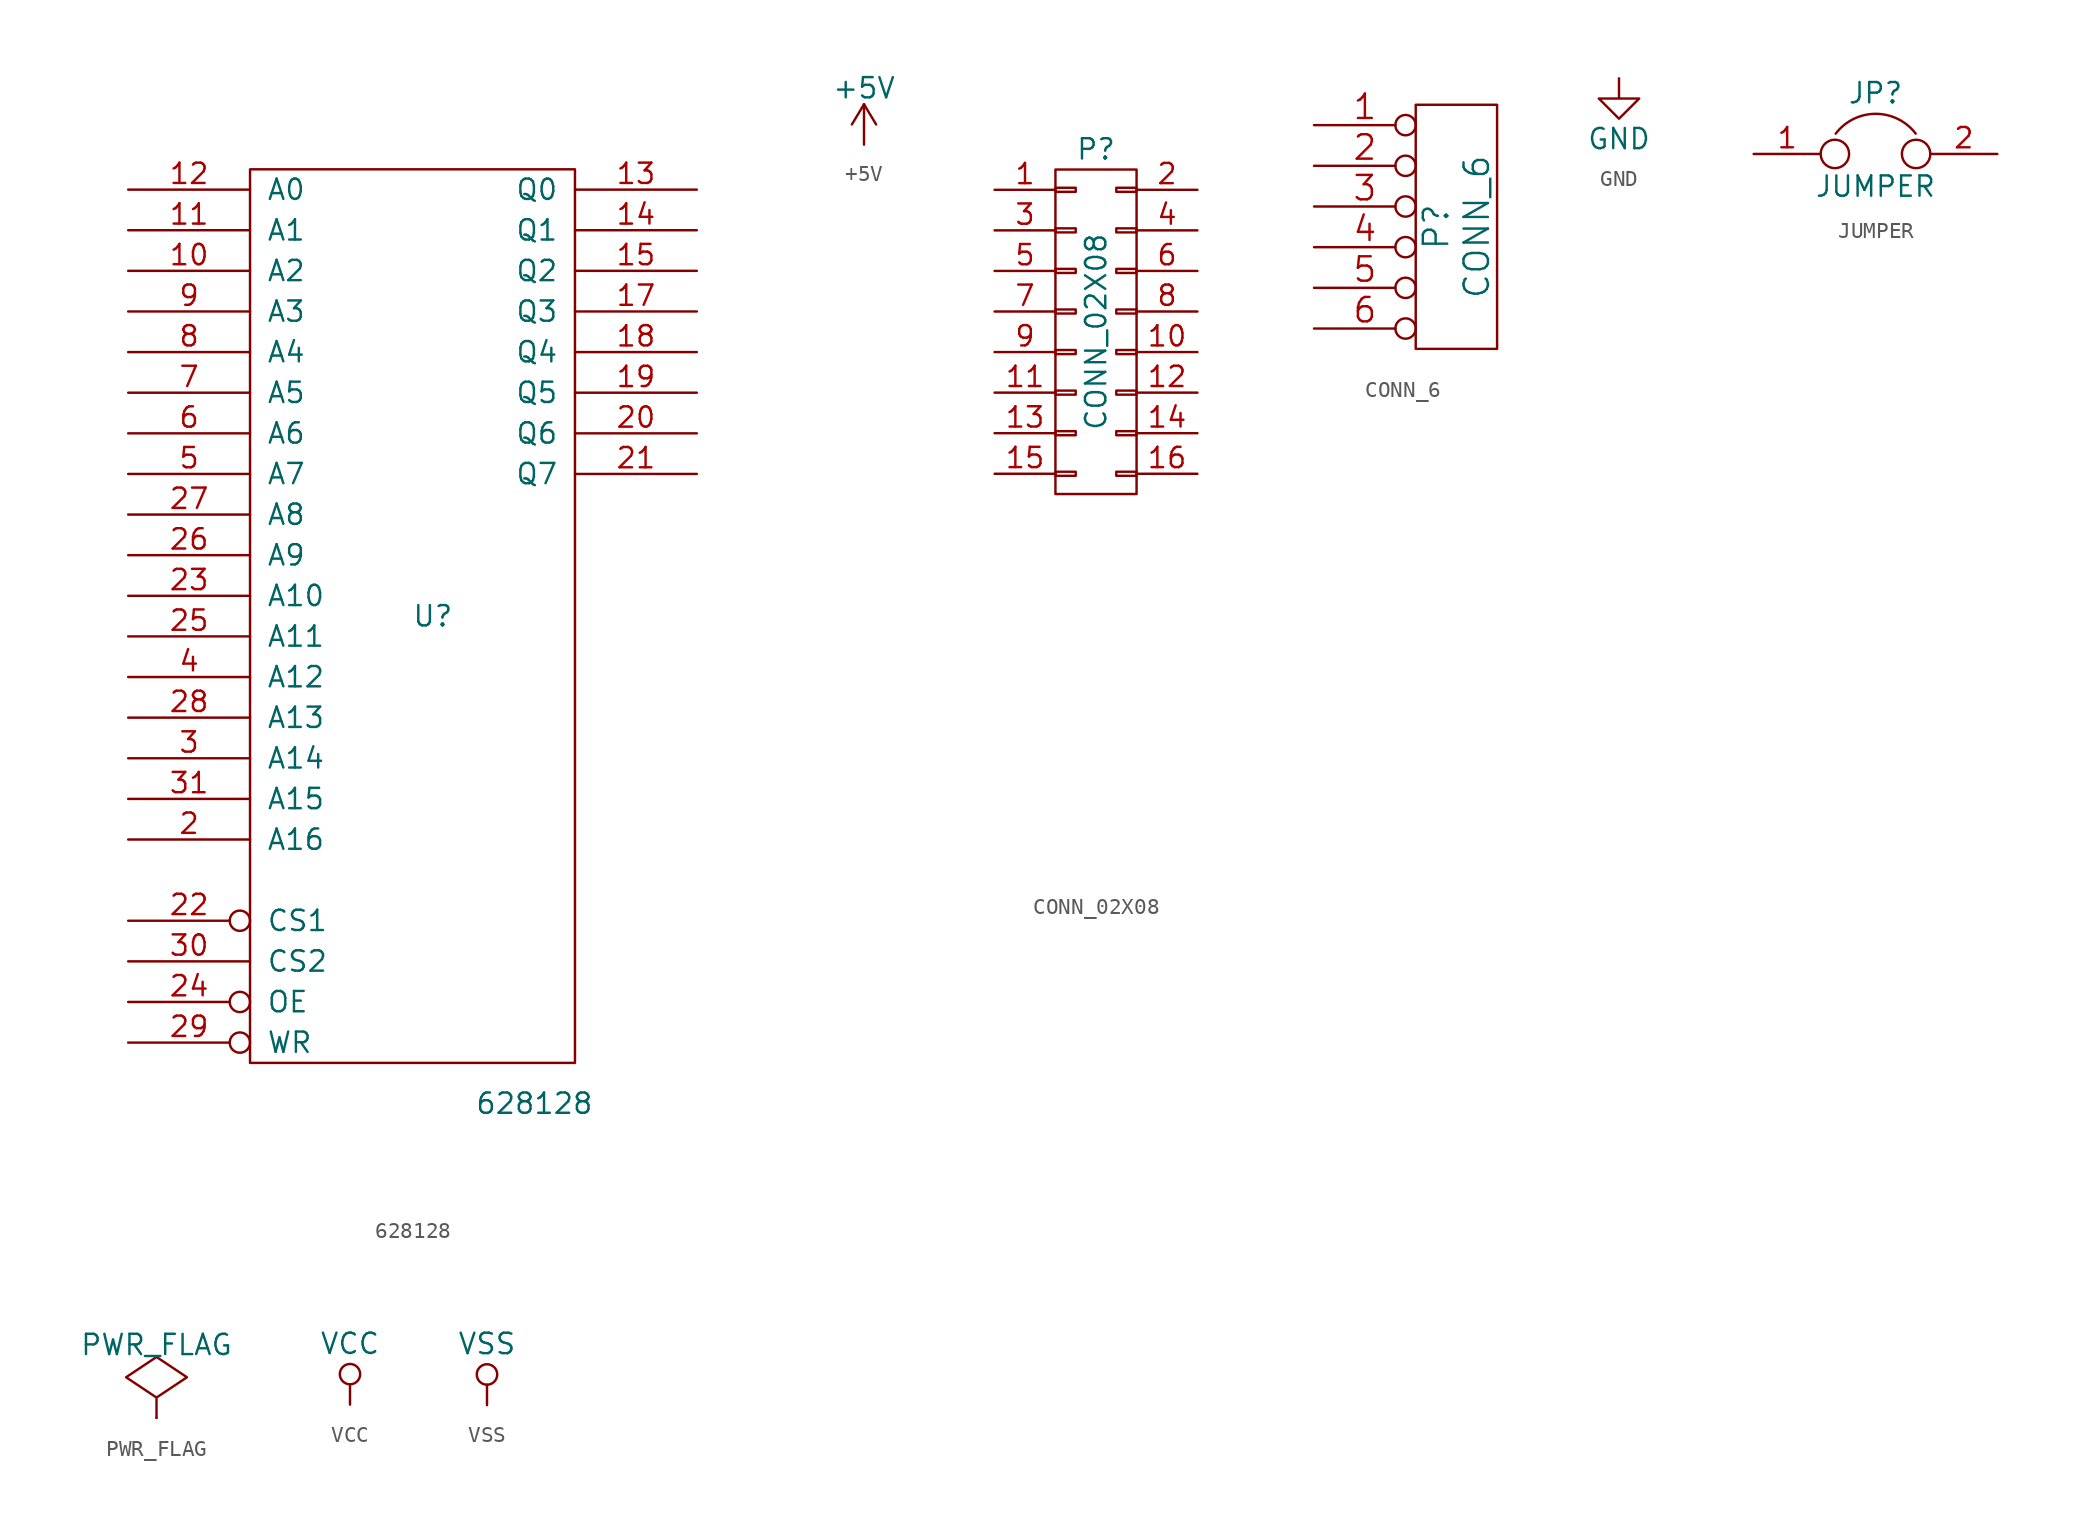
<source format=kicad_sym>
(kicad_symbol_lib
  (version 20220914)
  (generator kicad_symbol_editor)
  (symbol "628128"
    (pin_names
      (offset 1.016))
    (property "Reference" "U"
      (at 1.27 0 0)
      (effects (font (size 1.27 1.27))))
    (property "Value" "628128"
      (at 7.62 -30.48 0)
      (effects (font (size 1.27 1.27))))
    (property "Footprint" ""
      (at 0 0 0)
      (effects (font (size 1.27 1.27))))
    (property "Datasheet" ""
      (at 0 0 0)
      (effects (font (size 1.27 1.27))))
    (symbol "628128_0_0"
      (pin power_in line (at 0 -27.94 90) (length 0) hide (name "GND" (effects (font (size 1.27 1.27)))) (number "16" (effects (font (size 1.27 1.27)))))
      (pin power_in line (at 0 27.94 270) (length 0) hide (name "VCC" (effects (font (size 1.27 1.27)))) (number "32" (effects (font (size 1.27 1.27))))))
    (symbol "628128_0_1"
      (rectangle (start -10.16 27.94) (end 10.16 -27.94) (stroke (width 0) (type solid)) (fill (type none))))
    (symbol "628128_1_1"
      (pin input line (at -17.78 21.59 0) (length 7.62) (name "A2" (effects (font (size 1.27 1.27)))) (number "10" (effects (font (size 1.27 1.27)))))
      (pin input line (at -17.78 24.13 0) (length 7.62) (name "A1" (effects (font (size 1.27 1.27)))) (number "11" (effects (font (size 1.27 1.27)))))
      (pin input line (at -17.78 26.67 0) (length 7.62) (name "A0" (effects (font (size 1.27 1.27)))) (number "12" (effects (font (size 1.27 1.27)))))
      (pin tri_state line (at 17.78 26.67 180) (length 7.62) (name "Q0" (effects (font (size 1.27 1.27)))) (number "13" (effects (font (size 1.27 1.27)))))
      (pin tri_state line (at 17.78 24.13 180) (length 7.62) (name "Q1" (effects (font (size 1.27 1.27)))) (number "14" (effects (font (size 1.27 1.27)))))
      (pin tri_state line (at 17.78 21.59 180) (length 7.62) (name "Q2" (effects (font (size 1.27 1.27)))) (number "15" (effects (font (size 1.27 1.27)))))
      (pin tri_state line (at 17.78 19.05 180) (length 7.62) (name "Q3" (effects (font (size 1.27 1.27)))) (number "17" (effects (font (size 1.27 1.27)))))
      (pin tri_state line (at 17.78 16.51 180) (length 7.62) (name "Q4" (effects (font (size 1.27 1.27)))) (number "18" (effects (font (size 1.27 1.27)))))
      (pin tri_state line (at 17.78 13.97 180) (length 7.62) (name "Q5" (effects (font (size 1.27 1.27)))) (number "19" (effects (font (size 1.27 1.27)))))
      (pin input line (at -17.78 -13.97 0) (length 7.62) (name "A16" (effects (font (size 1.27 1.27)))) (number "2" (effects (font (size 1.27 1.27)))))
      (pin tri_state line (at 17.78 11.43 180) (length 7.62) (name "Q6" (effects (font (size 1.27 1.27)))) (number "20" (effects (font (size 1.27 1.27)))))
      (pin tri_state line (at 17.78 8.89 180) (length 7.62) (name "Q7" (effects (font (size 1.27 1.27)))) (number "21" (effects (font (size 1.27 1.27)))))
      (pin input inverted (at -17.78 -19.05 0) (length 7.62) (name "CS1" (effects (font (size 1.27 1.27)))) (number "22" (effects (font (size 1.27 1.27)))))
      (pin input line (at -17.78 1.27 0) (length 7.62) (name "A10" (effects (font (size 1.27 1.27)))) (number "23" (effects (font (size 1.27 1.27)))))
      (pin input inverted (at -17.78 -24.13 0) (length 7.62) (name "OE" (effects (font (size 1.27 1.27)))) (number "24" (effects (font (size 1.27 1.27)))))
      (pin input line (at -17.78 -1.27 0) (length 7.62) (name "A11" (effects (font (size 1.27 1.27)))) (number "25" (effects (font (size 1.27 1.27)))))
      (pin input line (at -17.78 3.81 0) (length 7.62) (name "A9" (effects (font (size 1.27 1.27)))) (number "26" (effects (font (size 1.27 1.27)))))
      (pin input line (at -17.78 6.35 0) (length 7.62) (name "A8" (effects (font (size 1.27 1.27)))) (number "27" (effects (font (size 1.27 1.27)))))
      (pin input line (at -17.78 -6.35 0) (length 7.62) (name "A13" (effects (font (size 1.27 1.27)))) (number "28" (effects (font (size 1.27 1.27)))))
      (pin input inverted (at -17.78 -26.67 0) (length 7.62) (name "WR" (effects (font (size 1.27 1.27)))) (number "29" (effects (font (size 1.27 1.27)))))
      (pin input line (at -17.78 -8.89 0) (length 7.62) (name "A14" (effects (font (size 1.27 1.27)))) (number "3" (effects (font (size 1.27 1.27)))))
      (pin input line (at -17.78 -21.59 0) (length 7.62) (name "CS2" (effects (font (size 1.27 1.27)))) (number "30" (effects (font (size 1.27 1.27)))))
      (pin input line (at -17.78 -11.43 0) (length 7.62) (name "A15" (effects (font (size 1.27 1.27)))) (number "31" (effects (font (size 1.27 1.27)))))
      (pin input line (at -17.78 -3.81 0) (length 7.62) (name "A12" (effects (font (size 1.27 1.27)))) (number "4" (effects (font (size 1.27 1.27)))))
      (pin input line (at -17.78 8.89 0) (length 7.62) (name "A7" (effects (font (size 1.27 1.27)))) (number "5" (effects (font (size 1.27 1.27)))))
      (pin input line (at -17.78 11.43 0) (length 7.62) (name "A6" (effects (font (size 1.27 1.27)))) (number "6" (effects (font (size 1.27 1.27)))))
      (pin input line (at -17.78 13.97 0) (length 7.62) (name "A5" (effects (font (size 1.27 1.27)))) (number "7" (effects (font (size 1.27 1.27)))))
      (pin input line (at -17.78 16.51 0) (length 7.62) (name "A4" (effects (font (size 1.27 1.27)))) (number "8" (effects (font (size 1.27 1.27)))))
      (pin input line (at -17.78 19.05 0) (length 7.62) (name "A3" (effects (font (size 1.27 1.27)))) (number "9" (effects (font (size 1.27 1.27)))))))
  (symbol "+5V"
    (power)
    (pin_names
      (offset 0))
    (property "Reference" "#PWR"
      (at 0 -3.81 0)
      (effects (font (size 1.27 1.27)) hide))
    (property "Value" "+5V"
      (at 0 3.556 0)
      (effects (font (size 1.27 1.27))))
    (property "Footprint" ""
      (at 0 0 0)
      (effects (font (size 1.27 1.27))))
    (property "Datasheet" ""
      (at 0 0 0)
      (effects (font (size 1.27 1.27))))
    (symbol "+5V_0_1"
      (polyline (pts (xy -0.762 1.27) (xy 0 2.54)) (stroke (width 0) (type solid)) (fill (type none)))
      (polyline (pts (xy 0 0) (xy 0 2.54)) (stroke (width 0) (type solid)) (fill (type none)))
      (polyline (pts (xy 0 2.54) (xy 0.762 1.27)) (stroke (width 0) (type solid)) (fill (type none))))
    (symbol "+5V_1_1"
      (pin power_in line (at 0 0 90) (length 0) hide (name "+5V" (effects (font (size 1.27 1.27)))) (number "1" (effects (font (size 1.27 1.27)))))))
  (symbol "CONN_02X08"
    (pin_names
      (offset 0.025) hide)
    (property "Reference" "P"
      (at 0 11.43 0)
      (effects (font (size 1.27 1.27))))
    (property "Value" "CONN_02X08"
      (at 0 0 90)
      (effects (font (size 1.27 1.27))))
    (property "Footprint" ""
      (at 0 -30.48 0)
      (effects (font (size 1.27 1.27))))
    (property "Datasheet" ""
      (at 0 -30.48 0)
      (effects (font (size 1.27 1.27))))
    (symbol "CONN_02X08_0_1"
      (rectangle (start -2.54 -8.763) (end -1.27 -9.017) (stroke (width 0) (type solid)) (fill (type none)))
      (rectangle (start -2.54 -6.223) (end -1.27 -6.477) (stroke (width 0) (type solid)) (fill (type none)))
      (rectangle (start -2.54 -3.683) (end -1.27 -3.937) (stroke (width 0) (type solid)) (fill (type none)))
      (rectangle (start -2.54 -1.143) (end -1.27 -1.397) (stroke (width 0) (type solid)) (fill (type none)))
      (rectangle (start -2.54 1.397) (end -1.27 1.143) (stroke (width 0) (type solid)) (fill (type none)))
      (rectangle (start -2.54 3.937) (end -1.27 3.683) (stroke (width 0) (type solid)) (fill (type none)))
      (rectangle (start -2.54 6.477) (end -1.27 6.223) (stroke (width 0) (type solid)) (fill (type none)))
      (rectangle (start -2.54 9.017) (end -1.27 8.763) (stroke (width 0) (type solid)) (fill (type none)))
      (rectangle (start -2.54 10.16) (end 2.54 -10.16) (stroke (width 0) (type solid)) (fill (type none)))
      (rectangle (start 1.27 -8.763) (end 2.54 -9.017) (stroke (width 0) (type solid)) (fill (type none)))
      (rectangle (start 1.27 -6.223) (end 2.54 -6.477) (stroke (width 0) (type solid)) (fill (type none)))
      (rectangle (start 1.27 -3.683) (end 2.54 -3.937) (stroke (width 0) (type solid)) (fill (type none)))
      (rectangle (start 1.27 -1.143) (end 2.54 -1.397) (stroke (width 0) (type solid)) (fill (type none)))
      (rectangle (start 1.27 1.397) (end 2.54 1.143) (stroke (width 0) (type solid)) (fill (type none)))
      (rectangle (start 1.27 3.937) (end 2.54 3.683) (stroke (width 0) (type solid)) (fill (type none)))
      (rectangle (start 1.27 6.477) (end 2.54 6.223) (stroke (width 0) (type solid)) (fill (type none)))
      (rectangle (start 1.27 9.017) (end 2.54 8.763) (stroke (width 0) (type solid)) (fill (type none))))
    (symbol "CONN_02X08_1_1"
      (pin passive line (at -6.35 8.89 0) (length 3.81) (name "P1" (effects (font (size 1.27 1.27)))) (number "1" (effects (font (size 1.27 1.27)))))
      (pin passive line (at 6.35 -1.27 180) (length 3.81) (name "P10" (effects (font (size 1.27 1.27)))) (number "10" (effects (font (size 1.27 1.27)))))
      (pin passive line (at -6.35 -3.81 0) (length 3.81) (name "P11" (effects (font (size 1.27 1.27)))) (number "11" (effects (font (size 1.27 1.27)))))
      (pin passive line (at 6.35 -3.81 180) (length 3.81) (name "P12" (effects (font (size 1.27 1.27)))) (number "12" (effects (font (size 1.27 1.27)))))
      (pin passive line (at -6.35 -6.35 0) (length 3.81) (name "P13" (effects (font (size 1.27 1.27)))) (number "13" (effects (font (size 1.27 1.27)))))
      (pin passive line (at 6.35 -6.35 180) (length 3.81) (name "P14" (effects (font (size 1.27 1.27)))) (number "14" (effects (font (size 1.27 1.27)))))
      (pin passive line (at -6.35 -8.89 0) (length 3.81) (name "P15" (effects (font (size 1.27 1.27)))) (number "15" (effects (font (size 1.27 1.27)))))
      (pin passive line (at 6.35 -8.89 180) (length 3.81) (name "P16" (effects (font (size 1.27 1.27)))) (number "16" (effects (font (size 1.27 1.27)))))
      (pin passive line (at 6.35 8.89 180) (length 3.81) (name "P2" (effects (font (size 1.27 1.27)))) (number "2" (effects (font (size 1.27 1.27)))))
      (pin passive line (at -6.35 6.35 0) (length 3.81) (name "P3" (effects (font (size 1.27 1.27)))) (number "3" (effects (font (size 1.27 1.27)))))
      (pin passive line (at 6.35 6.35 180) (length 3.81) (name "P4" (effects (font (size 1.27 1.27)))) (number "4" (effects (font (size 1.27 1.27)))))
      (pin passive line (at -6.35 3.81 0) (length 3.81) (name "P5" (effects (font (size 1.27 1.27)))) (number "5" (effects (font (size 1.27 1.27)))))
      (pin passive line (at 6.35 3.81 180) (length 3.81) (name "P6" (effects (font (size 1.27 1.27)))) (number "6" (effects (font (size 1.27 1.27)))))
      (pin passive line (at -6.35 1.27 0) (length 3.81) (name "P7" (effects (font (size 1.27 1.27)))) (number "7" (effects (font (size 1.27 1.27)))))
      (pin passive line (at 6.35 1.27 180) (length 3.81) (name "P8" (effects (font (size 1.27 1.27)))) (number "8" (effects (font (size 1.27 1.27)))))
      (pin passive line (at -6.35 -1.27 0) (length 3.81) (name "P9" (effects (font (size 1.27 1.27)))) (number "9" (effects (font (size 1.27 1.27)))))))
  (symbol "CONN_6"
    (pin_names
      (offset 0.762) hide)
    (property "Reference" "P"
      (at -1.27 0 90)
      (effects (font (size 1.524 1.524))))
    (property "Value" "CONN_6"
      (at 1.27 0 90)
      (effects (font (size 1.524 1.524))))
    (property "Footprint" ""
      (at 0 0 0)
      (effects (font (size 1.524 1.524))))
    (property "Datasheet" ""
      (at 0 0 0)
      (effects (font (size 1.524 1.524))))
    (symbol "CONN_6_0_1"
      (rectangle (start -2.54 7.62) (end 2.54 -7.62) (stroke (width 0) (type solid)) (fill (type none))))
    (symbol "CONN_6_1_1"
      (pin passive inverted (at -8.89 6.35 0) (length 6.35) (name "1" (effects (font (size 1.524 1.524)))) (number "1" (effects (font (size 1.524 1.524)))))
      (pin passive inverted (at -8.89 3.81 0) (length 6.35) (name "2" (effects (font (size 1.524 1.524)))) (number "2" (effects (font (size 1.524 1.524)))))
      (pin passive inverted (at -8.89 1.27 0) (length 6.35) (name "3" (effects (font (size 1.524 1.524)))) (number "3" (effects (font (size 1.524 1.524)))))
      (pin passive inverted (at -8.89 -1.27 0) (length 6.35) (name "4" (effects (font (size 1.524 1.524)))) (number "4" (effects (font (size 1.524 1.524)))))
      (pin passive inverted (at -8.89 -3.81 0) (length 6.35) (name "5" (effects (font (size 1.524 1.524)))) (number "5" (effects (font (size 1.524 1.524)))))
      (pin passive inverted (at -8.89 -6.35 0) (length 6.35) (name "6" (effects (font (size 1.524 1.524)))) (number "6" (effects (font (size 1.524 1.524)))))))
  (symbol "GND"
    (power)
    (pin_names
      (offset 0))
    (property "Reference" "#PWR"
      (at 0 -6.35 0)
      (effects (font (size 1.27 1.27)) hide))
    (property "Value" "GND"
      (at 0 -3.81 0)
      (effects (font (size 1.27 1.27))))
    (property "Footprint" ""
      (at 0 0 0)
      (effects (font (size 1.27 1.27))))
    (property "Datasheet" ""
      (at 0 0 0)
      (effects (font (size 1.27 1.27))))
    (symbol "GND_0_1"
      (polyline (pts (xy 0 0) (xy 0 -1.27) (xy 1.27 -1.27) (xy 0 -2.54) (xy -1.27 -1.27) (xy 0 -1.27)) (stroke (width 0) (type solid)) (fill (type none))))
    (symbol "GND_1_1"
      (pin power_in line (at 0 0 270) (length 0) hide (name "GND" (effects (font (size 1.27 1.27)))) (number "1" (effects (font (size 1.27 1.27)))))))
  (symbol "JUMPER"
    (pin_names
      (offset 0.762) hide)
    (property "Reference" "JP"
      (at 0 3.81 0)
      (effects (font (size 1.27 1.27))))
    (property "Value" "JUMPER"
      (at 0 -2.032 0)
      (effects (font (size 1.27 1.27))))
    (property "Footprint" ""
      (at 0 0 0)
      (effects (font (size 1.27 1.27))))
    (property "Datasheet" ""
      (at 0 0 0)
      (effects (font (size 1.27 1.27))))
    (symbol "JUMPER_0_1"
      (circle (center -2.54 0) (radius 0.889) (stroke (width 0) (type solid)) (fill (type none)))
      (arc (start 2.5146 1.27) (mid 0.0078 2.5097) (end -2.4892 1.27) (stroke (width 0) (type solid)) (fill (type none)))
      (circle (center 2.54 0) (radius 0.889) (stroke (width 0) (type solid)) (fill (type none)))
      (pin passive line (at -7.62 0 0) (length 4.191) (name "1" (effects (font (size 1.27 1.27)))) (number "1" (effects (font (size 1.27 1.27)))))
      (pin passive line (at 7.62 0 180) (length 4.191) (name "2" (effects (font (size 1.27 1.27)))) (number "2" (effects (font (size 1.27 1.27)))))))
  (symbol "PWR_FLAG"
    (power)
    (pin_numbers hide)
    (pin_names
      (offset 0) hide)
    (property "Reference" "#FLG"
      (at 0 2.413 0)
      (effects (font (size 1.27 1.27)) hide))
    (property "Value" "PWR_FLAG"
      (at 0 4.572 0)
      (effects (font (size 1.27 1.27))))
    (property "Footprint" ""
      (at 0 0 0)
      (effects (font (size 1.27 1.27))))
    (property "Datasheet" ""
      (at 0 0 0)
      (effects (font (size 1.27 1.27))))
    (symbol "PWR_FLAG_0_0"
      (pin power_out line (at 0 0 90) (length 0) (name "pwr" (effects (font (size 0.508 0.508)))) (number "1" (effects (font (size 0.508 0.508))))))
    (symbol "PWR_FLAG_0_1"
      (polyline (pts (xy 0 0) (xy 0 1.27) (xy -1.905 2.54) (xy 0 3.81) (xy 1.905 2.54) (xy 0 1.27)) (stroke (width 0) (type solid)) (fill (type none)))))
  (symbol "VCC"
    (power)
    (pin_names
      (offset 0))
    (property "Reference" "#PWR"
      (at 0 -3.81 0)
      (effects (font (size 1.27 1.27)) hide))
    (property "Value" "VCC"
      (at 0 3.81 0)
      (effects (font (size 1.27 1.27))))
    (property "Footprint" ""
      (at 0 0 0)
      (effects (font (size 1.27 1.27))))
    (property "Datasheet" ""
      (at 0 0 0)
      (effects (font (size 1.27 1.27))))
    (symbol "VCC_0_1"
      (polyline (pts (xy 0 0) (xy 0 1.27)) (stroke (width 0) (type solid)) (fill (type none)))
      (circle (center 0 1.905) (radius 0.635) (stroke (width 0) (type solid)) (fill (type none))))
    (symbol "VCC_1_1"
      (pin power_in line (at 0 0 90) (length 0) hide (name "VCC" (effects (font (size 1.27 1.27)))) (number "1" (effects (font (size 1.27 1.27)))))))
  (symbol "VSS"
    (power)
    (pin_names
      (offset 0))
    (property "Reference" "#PWR"
      (at 0 -3.81 0)
      (effects (font (size 1.27 1.27)) hide))
    (property "Value" "VSS"
      (at 0 3.81 0)
      (effects (font (size 1.27 1.27))))
    (property "Footprint" ""
      (at 0 0 0)
      (effects (font (size 1.27 1.27))))
    (property "Datasheet" ""
      (at 0 0 0)
      (effects (font (size 1.27 1.27))))
    (symbol "VSS_0_1"
      (polyline (pts (xy 0 0) (xy 0 1.27)) (stroke (width 0) (type solid)) (fill (type none)))
      (circle (center 0 1.905) (radius 0.635) (stroke (width 0) (type solid)) (fill (type none))))
    (symbol "VSS_1_1"
      (pin power_in line (at 0 0 90) (length 0) hide (name "VSS" (effects (font (size 1.27 1.27)))) (number "1" (effects (font (size 1.27 1.27))))))))
</source>
